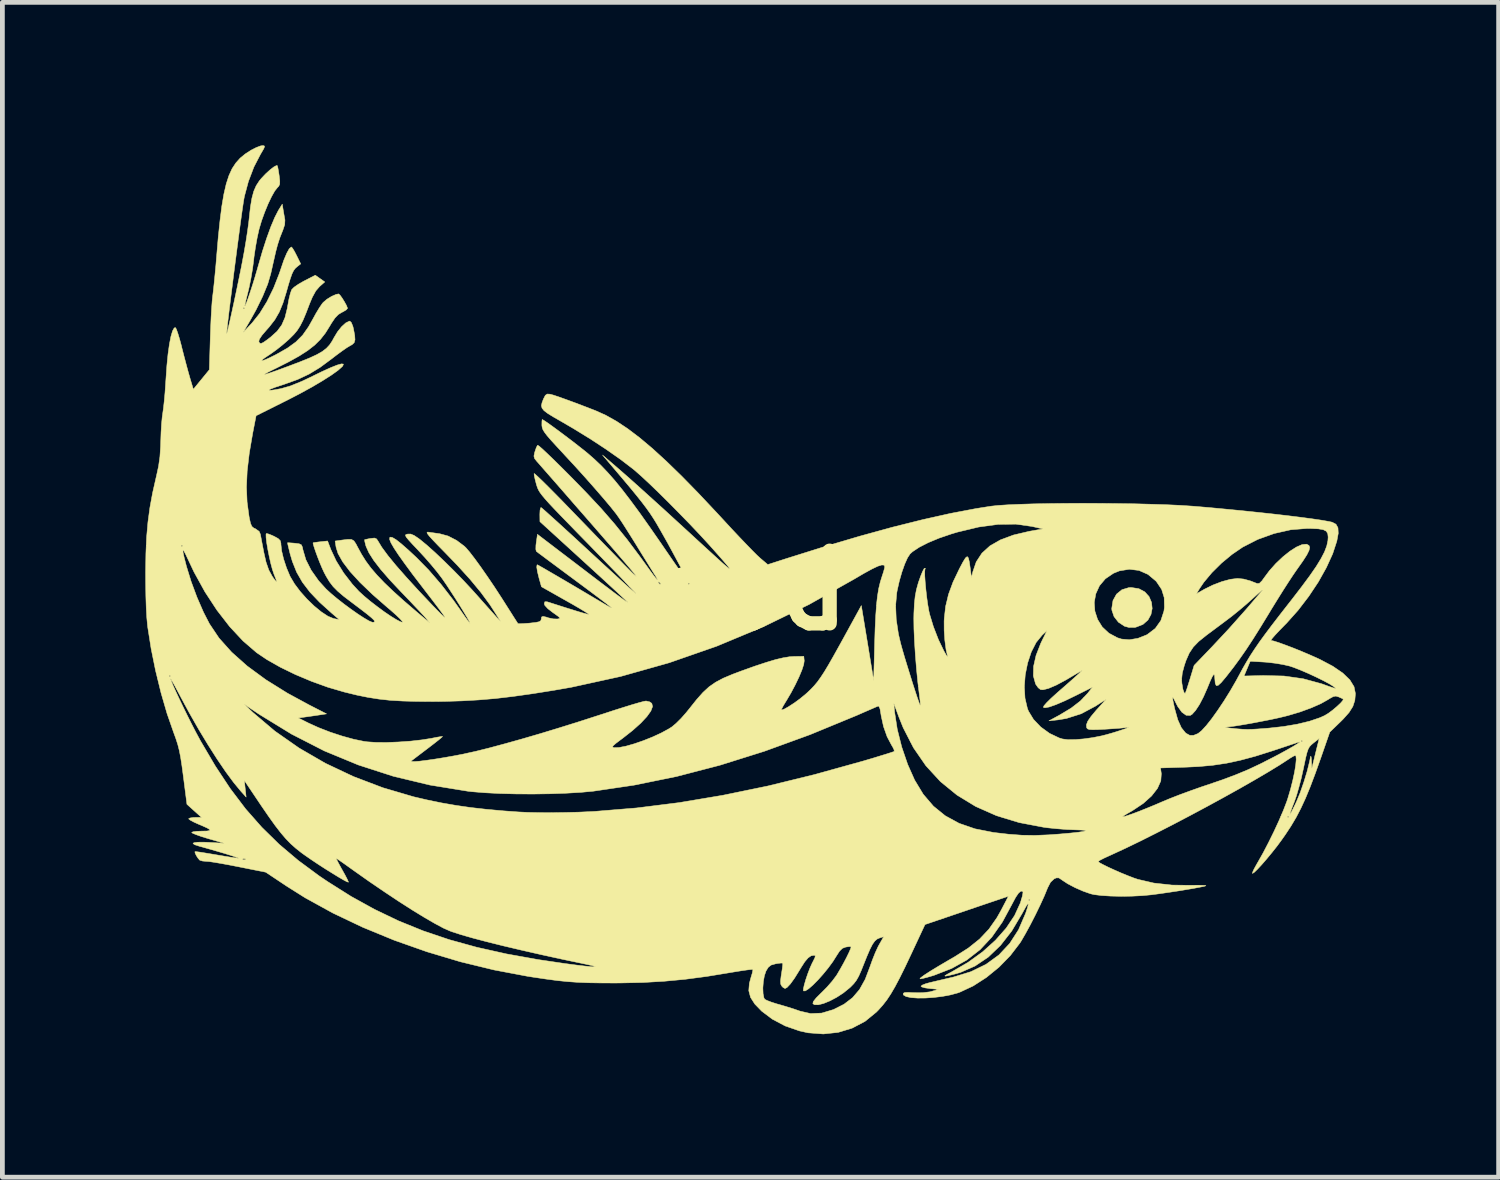
<source format=kicad_pcb>
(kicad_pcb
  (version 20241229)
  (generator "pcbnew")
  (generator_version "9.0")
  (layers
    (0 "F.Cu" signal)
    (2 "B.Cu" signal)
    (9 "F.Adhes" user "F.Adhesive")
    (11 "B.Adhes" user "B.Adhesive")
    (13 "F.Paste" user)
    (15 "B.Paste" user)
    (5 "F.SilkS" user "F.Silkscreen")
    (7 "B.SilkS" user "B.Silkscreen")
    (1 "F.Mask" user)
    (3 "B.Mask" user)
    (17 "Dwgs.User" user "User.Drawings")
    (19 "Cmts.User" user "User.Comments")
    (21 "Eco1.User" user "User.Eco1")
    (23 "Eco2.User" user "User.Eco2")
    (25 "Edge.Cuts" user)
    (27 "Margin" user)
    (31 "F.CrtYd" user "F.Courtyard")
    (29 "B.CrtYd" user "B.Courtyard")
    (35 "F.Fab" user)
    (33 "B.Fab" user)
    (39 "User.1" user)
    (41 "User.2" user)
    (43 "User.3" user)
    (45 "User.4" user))
  (footprint "cod"
    (layer "F.Cu")
    (at 12.687 9.339)
    (property "Reference" "cod" (at 0 0 0) (layer "F.SilkS") (effects (font (size 1.524 1.524) (thickness 0.3))))
    (attr through_hole)
    (fp_poly (pts (xy 8.157 -0.038) (xy 8.282 0.029) (xy 8.371 0.128) (xy 8.422 0.248) (xy 8.436 0.377) (xy 8.411 0.504) (xy 8.347 0.62) (xy 8.242 0.712) (xy 8.096 0.769) (xy 8.065 0.775) (xy 7.945 0.774) (xy 7.857 0.75) (xy 7.728 0.665) (xy 7.636 0.547) (xy 7.591 0.414) (xy 7.588 0.377) (xy 7.614 0.21) (xy 7.688 0.076) (xy 7.802 -0.017) (xy 7.948 -0.061) (xy 7.997 -0.063) (xy 8.157 -0.038)) (stroke (width 0.01) (type solid)) (fill yes) (layer "F.SilkS"))
    (fp_poly (pts (xy -10.197 -9.331) (xy -10.186 -9.315) (xy -10.202 -9.272) (xy -10.249 -9.191) (xy -10.272 -9.152) (xy -10.41 -8.886) (xy -10.525 -8.584) (xy -10.608 -8.274) (xy -10.618 -8.222) (xy -10.631 -8.144) (xy -10.65 -8.016) (xy -10.674 -7.845) (xy -10.702 -7.64) (xy -10.733 -7.408) (xy -10.766 -7.158) (xy -10.8 -6.897) (xy -10.834 -6.634) (xy -10.866 -6.376) (xy -10.897 -6.132) (xy -10.925 -5.909) (xy -10.948 -5.716) (xy -10.966 -5.559) (xy -10.978 -5.448) (xy -10.983 -5.391) (xy -10.983 -5.386) (xy -10.976 -5.4) (xy -10.958 -5.468) (xy -10.931 -5.582) (xy -10.896 -5.734) (xy -10.856 -5.916) (xy -10.855 -5.921) (xy -10.636 -5.921) (xy -10.62 -5.905) (xy -10.604 -5.921) (xy -10.62 -5.937) (xy -10.636 -5.921) (xy -10.855 -5.921) (xy -10.812 -6.12) (xy -10.766 -6.338) (xy -10.72 -6.561) (xy -10.675 -6.782) (xy -10.654 -6.89) (xy -10.614 -7.104) (xy -10.576 -7.329) (xy -10.543 -7.545) (xy -10.518 -7.73) (xy -10.509 -7.811) (xy -10.483 -8.047) (xy -10.452 -8.231) (xy -10.413 -8.376) (xy -10.362 -8.493) (xy -10.296 -8.595) (xy -10.254 -8.646) (xy -10.163 -8.742) (xy -10.072 -8.825) (xy -9.993 -8.886) (xy -9.937 -8.916) (xy -9.92 -8.915) (xy -9.909 -8.879) (xy -9.894 -8.798) (xy -9.88 -8.705) (xy -9.867 -8.594) (xy -9.869 -8.526) (xy -9.888 -8.483) (xy -9.916 -8.454) (xy -9.973 -8.382) (xy -10.04 -8.263) (xy -10.113 -8.11) (xy -10.184 -7.937) (xy -10.249 -7.758) (xy -10.3 -7.586) (xy -10.304 -7.571) (xy -10.342 -7.399) (xy -10.378 -7.197) (xy -10.407 -7.002) (xy -10.414 -6.937) (xy -10.438 -6.751) (xy -10.473 -6.545) (xy -10.512 -6.354) (xy -10.526 -6.295) (xy -10.559 -6.163) (xy -10.585 -6.056) (xy -10.6 -5.987) (xy -10.603 -5.97) (xy -10.592 -5.976) (xy -10.567 -6.034) (xy -10.531 -6.132) (xy -10.487 -6.262) (xy -10.438 -6.412) (xy -10.388 -6.574) (xy -10.34 -6.738) (xy -10.315 -6.826) (xy -10.23 -7.12) (xy -10.142 -7.391) (xy -10.055 -7.631) (xy -9.972 -7.828) (xy -9.897 -7.974) (xy -9.892 -7.982) (xy -9.815 -8.106) (xy -9.795 -7.982) (xy -9.777 -7.875) (xy -9.76 -7.78) (xy -9.759 -7.771) (xy -9.764 -7.675) (xy -9.807 -7.547) (xy -9.82 -7.517) (xy -9.867 -7.398) (xy -9.915 -7.249) (xy -9.951 -7.112) (xy -9.987 -6.954) (xy -10.026 -6.782) (xy -10.055 -6.652) (xy -10.12 -6.43) (xy -10.226 -6.172) (xy -10.366 -5.886) (xy -10.488 -5.667) (xy -10.637 -5.413) (xy -10.448 -5.614) (xy -10.29 -5.812) (xy -10.137 -6.06) (xy -9.997 -6.345) (xy -9.876 -6.653) (xy -9.847 -6.739) (xy -9.781 -6.933) (xy -9.72 -7.078) (xy -9.668 -7.171) (xy -9.626 -7.207) (xy -9.623 -7.207) (xy -9.599 -7.181) (xy -9.558 -7.113) (xy -9.515 -7.03) (xy -9.428 -6.853) (xy -9.504 -6.793) (xy -9.545 -6.756) (xy -9.579 -6.709) (xy -9.611 -6.643) (xy -9.646 -6.544) (xy -9.689 -6.404) (xy -9.729 -6.262) (xy -9.801 -6.029) (xy -9.878 -5.842) (xy -9.971 -5.681) (xy -10.089 -5.529) (xy -10.147 -5.464) (xy -10.242 -5.353) (xy -10.297 -5.27) (xy -10.307 -5.223) (xy -10.289 -5.189) (xy -10.26 -5.182) (xy -10.212 -5.204) (xy -10.132 -5.26) (xy -10.057 -5.318) (xy -9.923 -5.439) (xy -9.826 -5.57) (xy -9.758 -5.726) (xy -9.709 -5.923) (xy -9.698 -5.987) (xy -9.674 -6.118) (xy -9.646 -6.231) (xy -9.62 -6.306) (xy -9.614 -6.316) (xy -9.567 -6.363) (xy -9.479 -6.424) (xy -9.369 -6.488) (xy -9.347 -6.499) (xy -9.122 -6.615) (xy -9.023 -6.545) (xy -8.923 -6.474) (xy -9.032 -6.378) (xy -9.111 -6.287) (xy -9.184 -6.154) (xy -9.239 -6.023) (xy -9.316 -5.822) (xy -9.38 -5.669) (xy -9.44 -5.552) (xy -9.501 -5.457) (xy -9.572 -5.372) (xy -9.659 -5.285) (xy -9.687 -5.259) (xy -9.809 -5.153) (xy -9.94 -5.049) (xy -10.056 -4.966) (xy -10.075 -4.953) (xy -10.185 -4.88) (xy -10.241 -4.836) (xy -10.244 -4.82) (xy -10.198 -4.832) (xy -10.104 -4.872) (xy -9.966 -4.94) (xy -9.93 -4.959) (xy -9.706 -5.086) (xy -9.529 -5.215) (xy -9.387 -5.358) (xy -9.265 -5.531) (xy -9.179 -5.684) (xy -9.108 -5.813) (xy -9.037 -5.931) (xy -8.977 -6.019) (xy -8.957 -6.043) (xy -8.879 -6.11) (xy -8.78 -6.171) (xy -8.686 -6.212) (xy -8.633 -6.223) (xy -8.604 -6.198) (xy -8.559 -6.136) (xy -8.51 -6.057) (xy -8.468 -5.98) (xy -8.447 -5.926) (xy -8.446 -5.919) (xy -8.473 -5.888) (xy -8.539 -5.848) (xy -8.567 -5.835) (xy -8.641 -5.789) (xy -8.709 -5.718) (xy -8.783 -5.608) (xy -8.818 -5.549) (xy -8.911 -5.4) (xy -9.014 -5.269) (xy -9.135 -5.149) (xy -9.281 -5.035) (xy -9.463 -4.918) (xy -9.687 -4.794) (xy -9.962 -4.655) (xy -9.982 -4.646) (xy -10.101 -4.587) (xy -10.171 -4.549) (xy -10.191 -4.532) (xy -10.159 -4.538) (xy -10.074 -4.565) (xy -9.933 -4.614) (xy -9.736 -4.687) (xy -9.684 -4.706) (xy -9.436 -4.8) (xy -9.241 -4.879) (xy -9.09 -4.949) (xy -8.976 -5.014) (xy -8.889 -5.081) (xy -8.822 -5.153) (xy -8.766 -5.237) (xy -8.732 -5.301) (xy -8.656 -5.427) (xy -8.57 -5.535) (xy -8.483 -5.614) (xy -8.41 -5.65) (xy -8.398 -5.652) (xy -8.366 -5.622) (xy -8.334 -5.543) (xy -8.321 -5.491) (xy -8.295 -5.352) (xy -8.289 -5.259) (xy -8.307 -5.199) (xy -8.351 -5.158) (xy -8.39 -5.137) (xy -8.457 -5.097) (xy -8.558 -5.027) (xy -8.679 -4.938) (xy -8.779 -4.861) (xy -9.022 -4.681) (xy -9.252 -4.541) (xy -9.494 -4.427) (xy -9.772 -4.327) (xy -9.808 -4.315) (xy -9.964 -4.264) (xy -10.06 -4.227) (xy -10.095 -4.205) (xy -10.07 -4.199) (xy -9.985 -4.209) (xy -9.839 -4.236) (xy -9.839 -4.236) (xy -9.643 -4.292) (xy -9.404 -4.389) (xy -9.223 -4.475) (xy -8.99 -4.589) (xy -8.803 -4.674) (xy -8.663 -4.73) (xy -8.572 -4.755) (xy -8.532 -4.75) (xy -8.545 -4.713) (xy -8.559 -4.696) (xy -8.648 -4.617) (xy -8.788 -4.517) (xy -8.972 -4.4) (xy -9.192 -4.27) (xy -9.443 -4.132) (xy -9.717 -3.99) (xy -9.76 -3.969) (xy -10.364 -3.667) (xy -10.435 -3.302) (xy -10.507 -2.882) (xy -10.551 -2.508) (xy -10.566 -2.17) (xy -10.553 -1.858) (xy -10.513 -1.56) (xy -10.505 -1.515) (xy -10.48 -1.406) (xy -10.452 -1.343) (xy -10.411 -1.309) (xy -10.379 -1.296) (xy -10.3 -1.24) (xy -10.274 -1.18) (xy -10.261 -1.111) (xy -10.24 -0.999) (xy -10.214 -0.865) (xy -10.204 -0.81) (xy -10.156 -0.597) (xy -10.098 -0.43) (xy -10.023 -0.293) (xy -9.972 -0.222) (xy -9.942 -0.189) (xy -9.934 -0.193) (xy -9.949 -0.242) (xy -9.989 -0.343) (xy -9.991 -0.349) (xy -10.023 -0.445) (xy -10.057 -0.572) (xy -10.089 -0.716) (xy -10.118 -0.862) (xy -10.141 -0.997) (xy -10.154 -1.107) (xy -10.156 -1.177) (xy -10.151 -1.195) (xy -10.116 -1.19) (xy -10.045 -1.163) (xy -9.989 -1.138) (xy -9.901 -1.09) (xy -9.857 -1.046) (xy -9.843 -0.99) (xy -9.843 -0.969) (xy -9.828 -0.831) (xy -9.787 -0.66) (xy -9.726 -0.475) (xy -9.652 -0.299) (xy -9.648 -0.291) (xy -9.558 -0.139) (xy -9.438 0.021) (xy -9.297 0.179) (xy -9.146 0.325) (xy -8.995 0.449) (xy -8.856 0.54) (xy -8.739 0.588) (xy -8.727 0.591) (xy -8.62 0.61) (xy -8.779 0.474) (xy -9.032 0.246) (xy -9.234 0.034) (xy -9.392 -0.173) (xy -9.513 -0.384) (xy -9.603 -0.609) (xy -9.65 -0.768) (xy -9.677 -0.879) (xy -9.697 -0.962) (xy -9.704 -1.001) (xy -9.704 -1.002) (xy -9.673 -1.001) (xy -9.599 -0.996) (xy -9.551 -0.992) (xy -9.46 -0.98) (xy -9.414 -0.958) (xy -9.392 -0.909) (xy -9.382 -0.856) (xy -9.32 -0.646) (xy -9.208 -0.425) (xy -9.052 -0.204) (xy -8.897 -0.033) (xy -8.794 0.062) (xy -8.666 0.169) (xy -8.522 0.282) (xy -8.373 0.392) (xy -8.229 0.493) (xy -8.1 0.577) (xy -7.997 0.637) (xy -7.93 0.665) (xy -7.92 0.667) (xy -7.886 0.663) (xy -7.875 0.649) (xy -7.893 0.619) (xy -7.943 0.571) (xy -8.031 0.498) (xy -8.161 0.398) (xy -8.337 0.265) (xy -8.354 0.252) (xy -8.524 0.123) (xy -8.651 0.015) (xy -8.748 -0.083) (xy -8.825 -0.184) (xy -8.895 -0.3) (xy -8.938 -0.381) (xy -8.98 -0.472) (xy -9.028 -0.586) (xy -9.076 -0.709) (xy -9.119 -0.827) (xy -9.151 -0.924) (xy -9.168 -0.986) (xy -9.168 -1.001) (xy -9.134 -1.008) (xy -9.059 -1.018) (xy -9.012 -1.023) (xy -8.864 -1.039) (xy -8.796 -0.861) (xy -8.683 -0.62) (xy -8.528 -0.37) (xy -8.345 -0.133) (xy -8.206 0.018) (xy -8.098 0.117) (xy -7.966 0.227) (xy -7.822 0.338) (xy -7.677 0.445) (xy -7.54 0.538) (xy -7.422 0.611) (xy -7.334 0.656) (xy -7.294 0.667) (xy -7.296 0.648) (xy -7.343 0.595) (xy -7.427 0.514) (xy -7.544 0.41) (xy -7.612 0.353) (xy -7.924 0.08) (xy -8.184 -0.17) (xy -8.392 -0.397) (xy -8.546 -0.6) (xy -8.645 -0.776) (xy -8.686 -0.908) (xy -8.706 -1.038) (xy -8.555 -1.059) (xy -8.436 -1.073) (xy -8.362 -1.071) (xy -8.312 -1.042) (xy -8.27 -0.98) (xy -8.235 -0.913) (xy -8.153 -0.762) (xy -8.062 -0.617) (xy -7.955 -0.472) (xy -7.827 -0.323) (xy -7.674 -0.163) (xy -7.489 0.014) (xy -7.268 0.213) (xy -7.004 0.44) (xy -6.795 0.616) (xy -6.715 0.683) (xy -6.795 0.587) (xy -6.841 0.535) (xy -6.923 0.447) (xy -7.034 0.33) (xy -7.163 0.194) (xy -7.304 0.047) (xy -7.319 0.032) (xy -7.559 -0.223) (xy -7.75 -0.443) (xy -7.895 -0.631) (xy -7.996 -0.79) (xy -8.056 -0.923) (xy -8.063 -0.945) (xy -8.082 -1.021) (xy -8.088 -1.063) (xy -8.087 -1.066) (xy -8.055 -1.074) (xy -7.983 -1.089) (xy -7.963 -1.092) (xy -7.881 -1.101) (xy -7.836 -1.082) (xy -7.808 -1.041) (xy -7.727 -0.907) (xy -7.601 -0.736) (xy -7.431 -0.528) (xy -7.214 -0.281) (xy -6.952 0.006) (xy -6.672 0.302) (xy -6.559 0.419) (xy -6.476 0.503) (xy -6.423 0.553) (xy -6.403 0.566) (xy -6.415 0.54) (xy -6.461 0.474) (xy -6.542 0.364) (xy -6.66 0.209) (xy -6.815 0.007) (xy -6.867 -0.061) (xy -7.076 -0.334) (xy -7.244 -0.562) (xy -7.376 -0.747) (xy -7.471 -0.891) (xy -7.533 -0.998) (xy -7.562 -1.07) (xy -7.56 -1.111) (xy -7.548 -1.12) (xy -7.504 -1.112) (xy -7.428 -1.067) (xy -7.319 -0.981) (xy -7.173 -0.853) (xy -6.998 -0.69) (xy -6.742 -0.429) (xy -6.48 -0.125) (xy -6.223 0.207) (xy -6.067 0.427) (xy -5.989 0.539) (xy -5.926 0.626) (xy -5.886 0.679) (xy -5.874 0.689) (xy -5.89 0.65) (xy -5.935 0.569) (xy -6.003 0.456) (xy -6.086 0.321) (xy -6.178 0.175) (xy -6.273 0.028) (xy -6.364 -0.111) (xy -6.445 -0.229) (xy -6.472 -0.267) (xy -6.565 -0.389) (xy -6.688 -0.538) (xy -6.824 -0.694) (xy -6.958 -0.839) (xy -6.961 -0.843) (xy -7.082 -0.97) (xy -7.164 -1.06) (xy -7.212 -1.118) (xy -7.23 -1.153) (xy -7.224 -1.172) (xy -7.197 -1.181) (xy -7.183 -1.184) (xy -7.121 -1.185) (xy -7.05 -1.156) (xy -6.953 -1.091) (xy -6.924 -1.069) (xy -6.783 -0.953) (xy -6.612 -0.8) (xy -6.42 -0.618) (xy -6.219 -0.42) (xy -6.018 -0.214) (xy -5.829 -0.011) (xy -5.741 0.087) (xy -5.62 0.223) (xy -5.507 0.35) (xy -5.411 0.457) (xy -5.343 0.533) (xy -5.324 0.554) (xy -5.234 0.651) (xy -5.292 0.556) (xy -5.457 0.299) (xy -5.649 0.038) (xy -5.875 -0.235) (xy -6.141 -0.528) (xy -6.406 -0.802) (xy -6.554 -0.953) (xy -6.661 -1.065) (xy -6.732 -1.143) (xy -6.769 -1.192) (xy -6.779 -1.218) (xy -6.764 -1.226) (xy -6.745 -1.224) (xy -6.653 -1.211) (xy -6.539 -1.195) (xy -6.511 -1.191) (xy -6.336 -1.143) (xy -6.157 -1.051) (xy -5.995 -0.929) (xy -5.959 -0.894) (xy -5.882 -0.804) (xy -5.778 -0.669) (xy -5.653 -0.497) (xy -5.513 -0.296) (xy -5.364 -0.076) (xy -5.213 0.156) (xy -5.121 0.301) (xy -5.034 0.438) (xy -4.96 0.555) (xy -4.904 0.642) (xy -4.874 0.689) (xy -4.87 0.694) (xy -4.836 0.697) (xy -4.756 0.694) (xy -4.644 0.686) (xy -4.621 0.684) (xy -4.498 0.67) (xy -4.425 0.655) (xy -4.391 0.634) (xy -4.382 0.603) (xy -4.381 0.601) (xy -4.375 0.556) (xy -4.344 0.543) (xy -4.276 0.558) (xy -4.23 0.574) (xy -4.13 0.595) (xy -4.044 0.598) (xy -4.001 0.59) (xy -3.991 0.576) (xy -4.021 0.546) (xy -4.095 0.492) (xy -4.137 0.463) (xy -4.244 0.38) (xy -4.306 0.312) (xy -4.318 0.278) (xy -4.306 0.236) (xy -4.258 0.237) (xy -4.247 0.24) (xy -4.19 0.258) (xy -4.087 0.291) (xy -3.952 0.334) (xy -3.798 0.383) (xy -3.783 0.387) (xy -3.636 0.433) (xy -3.512 0.47) (xy -3.424 0.494) (xy -3.382 0.502) (xy -3.38 0.501) (xy -3.403 0.483) (xy -3.472 0.439) (xy -3.58 0.374) (xy -3.719 0.293) (xy -3.873 0.206) (xy -4.377 -0.079) (xy -4.427 -0.256) (xy -4.461 -0.394) (xy -4.476 -0.49) (xy -4.47 -0.536) (xy -4.463 -0.54) (xy -4.433 -0.524) (xy -4.351 -0.478) (xy -4.222 -0.403) (xy -4.05 -0.303) (xy -3.838 -0.179) (xy -3.59 -0.033) (xy -3.31 0.133) (xy -3.001 0.316) (xy -2.985 0.325) (xy -2.933 0.355) (xy -2.908 0.367) (xy -2.911 0.358) (xy -2.947 0.328) (xy -3.019 0.271) (xy -3.129 0.188) (xy -3.281 0.074) (xy -3.478 -0.073) (xy -3.699 -0.237) (xy -3.892 -0.38) (xy -4.068 -0.511) (xy -4.222 -0.625) (xy -4.346 -0.718) (xy -4.435 -0.784) (xy -4.481 -0.82) (xy -4.485 -0.823) (xy -4.495 -0.865) (xy -4.493 -0.948) (xy -4.485 -1.012) (xy -4.461 -1.179) (xy -3.953 -0.791) (xy -3.644 -0.556) (xy -3.382 -0.356) (xy -3.164 -0.19) (xy -2.986 -0.056) (xy -2.845 0.051) (xy -2.737 0.131) (xy -2.659 0.189) (xy -2.608 0.225) (xy -2.58 0.243) (xy -2.571 0.245) (xy -2.578 0.236) (xy -2.614 0.201) (xy -2.69 0.129) (xy -2.803 0.024) (xy -2.946 -0.108) (xy -3.113 -0.262) (xy -3.301 -0.434) (xy -3.501 -0.617) (xy -3.521 -0.635) (xy -4.409 -1.445) (xy -4.411 -1.598) (xy -4.407 -1.684) (xy -4.394 -1.735) (xy -4.384 -1.741) (xy -4.355 -1.718) (xy -4.284 -1.656) (xy -4.178 -1.56) (xy -4.04 -1.436) (xy -3.876 -1.286) (xy -3.691 -1.117) (xy -3.491 -0.932) (xy -3.427 -0.873) (xy -3.22 -0.682) (xy -3.023 -0.501) (xy -2.844 -0.337) (xy -2.687 -0.193) (xy -2.558 -0.077) (xy -2.463 0.009) (xy -2.408 0.057) (xy -2.401 0.063) (xy -2.402 0.057) (xy -2.445 0.009) (xy -2.524 -0.076) (xy -2.534 -0.086) (xy -1.868 -0.086) (xy -1.86 -0.068) (xy -1.828 -0.034) (xy -1.81 -0.041) (xy -1.81 -0.046) (xy -1.832 -0.073) (xy -1.846 -0.082) (xy -1.868 -0.086) (xy -2.534 -0.086) (xy -2.624 -0.181) (xy -1.932 -0.181) (xy -1.924 -0.164) (xy -1.892 -0.13) (xy -1.874 -0.137) (xy -1.873 -0.141) (xy -1.875 -0.143) (xy -1.302 -0.143) (xy -1.286 -0.127) (xy -1.27 -0.143) (xy -1.286 -0.159) (xy -1.302 -0.143) (xy -1.875 -0.143) (xy -1.896 -0.168) (xy -1.91 -0.178) (xy -1.932 -0.181) (xy -2.624 -0.181) (xy -2.636 -0.194) (xy -2.777 -0.341) (xy -2.945 -0.514) (xy -3.134 -0.709) (xy -3.34 -0.921) (xy -3.365 -0.947) (xy -3.61 -1.197) (xy -3.814 -1.407) (xy -3.982 -1.58) (xy -4.117 -1.721) (xy -4.223 -1.834) (xy -4.304 -1.925) (xy -4.364 -1.997) (xy -4.407 -2.055) (xy -4.437 -2.104) (xy -4.457 -2.147) (xy -4.472 -2.19) (xy -4.485 -2.232) (xy -4.512 -2.337) (xy -4.529 -2.418) (xy -4.531 -2.455) (xy -4.508 -2.439) (xy -4.447 -2.384) (xy -4.352 -2.293) (xy -4.23 -2.172) (xy -4.086 -2.027) (xy -3.925 -1.863) (xy -3.868 -1.804) (xy -3.539 -1.464) (xy -3.254 -1.169) (xy -3.011 -0.919) (xy -2.809 -0.712) (xy -2.648 -0.547) (xy -2.526 -0.424) (xy -2.443 -0.343) (xy -2.397 -0.302) (xy -2.389 -0.301) (xy -2.416 -0.339) (xy -2.479 -0.416) (xy -2.575 -0.529) (xy -2.705 -0.68) (xy -2.866 -0.867) (xy -3.059 -1.089) (xy -3.258 -1.318) (xy -3.474 -1.566) (xy -3.68 -1.801) (xy -3.87 -2.02) (xy -4.042 -2.217) (xy -4.191 -2.387) (xy -4.313 -2.526) (xy -4.403 -2.629) (xy -4.458 -2.692) (xy -4.471 -2.706) (xy -4.52 -2.767) (xy -4.535 -2.82) (xy -4.52 -2.895) (xy -4.512 -2.92) (xy -4.485 -2.999) (xy -4.461 -3.044) (xy -4.455 -3.048) (xy -4.422 -3.026) (xy -4.351 -2.964) (xy -4.247 -2.866) (xy -4.115 -2.739) (xy -3.962 -2.588) (xy -3.793 -2.419) (xy -3.613 -2.236) (xy -3.428 -2.045) (xy -3.423 -2.04) (xy -3.12 -1.716) (xy -2.844 -1.398) (xy -2.578 -1.068) (xy -2.307 -0.707) (xy -2.192 -0.548) (xy -2.103 -0.424) (xy -2.028 -0.323) (xy -1.973 -0.252) (xy -1.946 -0.223) (xy -1.945 -0.222) (xy -1.95 -0.245) (xy -1.981 -0.301) (xy -1.987 -0.31) (xy -2.021 -0.363) (xy -2.082 -0.461) (xy -2.164 -0.593) (xy -2.261 -0.749) (xy -2.366 -0.92) (xy -2.376 -0.937) (xy -2.485 -1.112) (xy -2.589 -1.277) (xy -2.681 -1.421) (xy -2.755 -1.532) (xy -2.804 -1.601) (xy -2.805 -1.603) (xy -2.92 -1.748) (xy -3.072 -1.929) (xy -3.254 -2.139) (xy -3.457 -2.369) (xy -3.675 -2.61) (xy -3.901 -2.854) (xy -3.905 -2.859) (xy -4.059 -3.025) (xy -4.175 -3.152) (xy -4.258 -3.248) (xy -4.313 -3.32) (xy -4.346 -3.375) (xy -4.362 -3.421) (xy -4.368 -3.464) (xy -4.368 -3.47) (xy -4.367 -3.546) (xy -4.362 -3.586) (xy -4.36 -3.588) (xy -4.326 -3.569) (xy -4.251 -3.519) (xy -4.145 -3.443) (xy -4.018 -3.35) (xy -3.878 -3.245) (xy -3.735 -3.137) (xy -3.599 -3.031) (xy -3.478 -2.936) (xy -3.408 -2.879) (xy -3.265 -2.754) (xy -3.125 -2.621) (xy -2.984 -2.473) (xy -2.837 -2.306) (xy -2.68 -2.113) (xy -2.509 -1.89) (xy -2.318 -1.631) (xy -2.105 -1.33) (xy -1.864 -0.983) (xy -1.778 -0.857) (xy -1.657 -0.681) (xy -1.547 -0.522) (xy -1.453 -0.387) (xy -1.38 -0.284) (xy -1.335 -0.222) (xy -1.323 -0.206) (xy -1.322 -0.216) (xy -1.347 -0.274) (xy -1.395 -0.371) (xy -1.461 -0.499) (xy -1.542 -0.65) (xy -1.632 -0.817) (xy -1.727 -0.992) (xy -1.825 -1.166) (xy -1.896 -1.291) (xy -1.964 -1.409) (xy -2.03 -1.516) (xy -2.099 -1.621) (xy -2.176 -1.729) (xy -2.266 -1.848) (xy -2.374 -1.984) (xy -2.506 -2.145) (xy -2.667 -2.337) (xy -2.862 -2.567) (xy -2.953 -2.674) (xy -3.096 -2.842) (xy -2.891 -2.667) (xy -2.728 -2.526) (xy -2.544 -2.365) (xy -2.336 -2.179) (xy -2.099 -1.965) (xy -1.827 -1.719) (xy -1.518 -1.436) (xy -1.269 -1.208) (xy -1.028 -0.986) (xy -0.83 -0.805) (xy -0.675 -0.663) (xy -0.559 -0.559) (xy -0.48 -0.491) (xy -0.436 -0.457) (xy -0.425 -0.454) (xy -0.443 -0.482) (xy -0.489 -0.538) (xy -0.559 -0.62) (xy -0.653 -0.728) (xy -0.683 -0.762) (xy -0.856 -0.956) (xy -1.052 -1.169) (xy -1.264 -1.393) (xy -1.485 -1.62) (xy -1.704 -1.842) (xy -1.916 -2.052) (xy -2.112 -2.241) (xy -2.284 -2.401) (xy -2.424 -2.524) (xy -2.461 -2.554) (xy -2.717 -2.75) (xy -3.018 -2.961) (xy -3.35 -3.179) (xy -3.701 -3.395) (xy -3.951 -3.541) (xy -4.122 -3.639) (xy -4.244 -3.714) (xy -4.323 -3.774) (xy -4.365 -3.826) (xy -4.378 -3.879) (xy -4.365 -3.94) (xy -4.336 -4.017) (xy -4.334 -4.021) (xy -4.296 -4.095) (xy -4.256 -4.122) (xy -4.199 -4.119) (xy -4.131 -4.101) (xy -4.013 -4.062) (xy -3.854 -4.005) (xy -3.663 -3.935) (xy -3.448 -3.853) (xy -3.239 -3.772) (xy -3.026 -3.676) (xy -2.803 -3.551) (xy -2.568 -3.395) (xy -2.317 -3.205) (xy -2.046 -2.977) (xy -1.753 -2.709) (xy -1.434 -2.399) (xy -1.086 -2.043) (xy -0.706 -1.639) (xy -0.555 -1.476) (xy -0.389 -1.296) (xy -0.228 -1.125) (xy -0.08 -0.97) (xy 0.047 -0.839) (xy 0.147 -0.739) (xy 0.212 -0.679) (xy 0.214 -0.677) (xy 0.371 -0.544) (xy 0.765 -0.671) (xy 1.559 -0.92) (xy 2.299 -1.139) (xy 2.986 -1.328) (xy 3.622 -1.487) (xy 4.208 -1.618) (xy 4.746 -1.72) (xy 5.057 -1.769) (xy 5.206 -1.785) (xy 5.409 -1.798) (xy 5.661 -1.809) (xy 5.951 -1.818) (xy 6.273 -1.824) (xy 6.618 -1.828) (xy 6.979 -1.829) (xy 7.347 -1.828) (xy 7.714 -1.824) (xy 8.073 -1.819) (xy 8.415 -1.81) (xy 8.732 -1.8) (xy 9.016 -1.787) (xy 9.26 -1.771) (xy 9.303 -1.768) (xy 9.634 -1.74) (xy 9.974 -1.708) (xy 10.316 -1.675) (xy 10.652 -1.64) (xy 10.976 -1.605) (xy 11.278 -1.57) (xy 11.553 -1.536) (xy 11.793 -1.504) (xy 11.99 -1.475) (xy 12.137 -1.449) (xy 12.212 -1.433) (xy 12.292 -1.391) (xy 12.334 -1.316) (xy 12.34 -1.199) (xy 12.31 -1.036) (xy 12.223 -0.77) (xy 12.091 -0.481) (xy 11.922 -0.179) (xy 11.721 0.123) (xy 11.498 0.414) (xy 11.258 0.683) (xy 11.219 0.722) (xy 11.107 0.837) (xy 11.016 0.934) (xy 10.954 1.005) (xy 10.928 1.043) (xy 10.929 1.048) (xy 10.987 1.06) (xy 11.091 1.093) (xy 11.229 1.143) (xy 11.39 1.204) (xy 11.561 1.273) (xy 11.731 1.345) (xy 11.887 1.414) (xy 11.954 1.445) (xy 12.226 1.589) (xy 12.435 1.732) (xy 12.583 1.875) (xy 12.671 2.018) (xy 12.7 2.162) (xy 12.688 2.305) (xy 12.646 2.433) (xy 12.566 2.56) (xy 12.442 2.699) (xy 12.393 2.748) (xy 12.162 2.971) (xy 11.975 3.51) (xy 11.857 3.841) (xy 11.751 4.121) (xy 11.652 4.361) (xy 11.555 4.571) (xy 11.456 4.761) (xy 11.348 4.943) (xy 11.228 5.125) (xy 11.151 5.234) (xy 11.056 5.363) (xy 10.949 5.498) (xy 10.84 5.63) (xy 10.737 5.749) (xy 10.647 5.846) (xy 10.579 5.912) (xy 10.541 5.937) (xy 10.541 5.937) (xy 10.543 5.912) (xy 10.573 5.845) (xy 10.626 5.748) (xy 10.659 5.691) (xy 10.765 5.503) (xy 10.878 5.286) (xy 10.992 5.055) (xy 11.098 4.825) (xy 11.131 4.747) (xy 11.271 4.747) (xy 11.287 4.763) (xy 11.303 4.747) (xy 11.287 4.731) (xy 11.271 4.747) (xy 11.131 4.747) (xy 11.154 4.694) (xy 11.325 4.694) (xy 11.325 4.699) (xy 11.344 4.672) (xy 11.381 4.6) (xy 11.433 4.495) (xy 11.466 4.424) (xy 11.542 4.24) (xy 11.618 4.021) (xy 11.687 3.795) (xy 11.739 3.586) (xy 11.757 3.493) (xy 11.766 3.475) (xy 11.774 3.512) (xy 11.778 3.572) (xy 11.786 3.731) (xy 11.84 3.508) (xy 11.871 3.383) (xy 11.899 3.27) (xy 11.918 3.195) (xy 11.941 3.104) (xy 11.82 3.199) (xy 11.773 3.239) (xy 11.737 3.278) (xy 11.709 3.328) (xy 11.684 3.401) (xy 11.657 3.508) (xy 11.625 3.66) (xy 11.607 3.745) (xy 11.565 3.934) (xy 11.515 4.125) (xy 11.465 4.299) (xy 11.418 4.434) (xy 11.413 4.447) (xy 11.369 4.56) (xy 11.338 4.647) (xy 11.325 4.694) (xy 11.154 4.694) (xy 11.189 4.613) (xy 11.258 4.433) (xy 11.281 4.365) (xy 11.339 4.169) (xy 11.387 3.979) (xy 11.424 3.806) (xy 11.448 3.658) (xy 11.458 3.546) (xy 11.453 3.477) (xy 11.437 3.461) (xy 11.398 3.477) (xy 11.329 3.518) (xy 11.298 3.539) (xy 11.107 3.663) (xy 10.866 3.81) (xy 10.585 3.975) (xy 10.272 4.154) (xy 9.934 4.342) (xy 9.582 4.534) (xy 9.221 4.727) (xy 8.863 4.915) (xy 8.513 5.094) (xy 8.182 5.26) (xy 7.876 5.408) (xy 7.606 5.533) (xy 7.549 5.559) (xy 7.437 5.61) (xy 7.352 5.653) (xy 7.306 5.681) (xy 7.303 5.686) (xy 7.33 5.71) (xy 7.404 5.75) (xy 7.513 5.804) (xy 7.644 5.864) (xy 7.785 5.926) (xy 7.925 5.983) (xy 8.049 6.031) (xy 8.135 6.06) (xy 8.471 6.138) (xy 8.849 6.18) (xy 9.231 6.185) (xy 9.37 6.183) (xy 9.479 6.184) (xy 9.547 6.188) (xy 9.563 6.195) (xy 9.525 6.207) (xy 9.434 6.225) (xy 9.303 6.25) (xy 9.143 6.277) (xy 8.965 6.306) (xy 8.78 6.334) (xy 8.6 6.36) (xy 8.434 6.382) (xy 8.43 6.383) (xy 8.229 6.402) (xy 8.008 6.413) (xy 7.782 6.416) (xy 7.565 6.411) (xy 7.372 6.399) (xy 7.218 6.38) (xy 7.144 6.363) (xy 6.985 6.307) (xy 6.819 6.234) (xy 6.666 6.154) (xy 6.55 6.078) (xy 6.541 6.071) (xy 6.478 6.029) (xy 6.425 6.029) (xy 6.379 6.05) (xy 6.304 6.12) (xy 6.241 6.241) (xy 6.24 6.245) (xy 6.175 6.404) (xy 6.087 6.597) (xy 5.985 6.807) (xy 5.878 7.016) (xy 5.774 7.206) (xy 5.684 7.361) (xy 5.66 7.398) (xy 5.46 7.659) (xy 5.222 7.903) (xy 4.957 8.119) (xy 4.68 8.297) (xy 4.404 8.426) (xy 4.357 8.443) (xy 4.206 8.484) (xy 4.035 8.516) (xy 3.855 8.538) (xy 3.678 8.55) (xy 3.514 8.551) (xy 3.376 8.541) (xy 3.274 8.519) (xy 3.219 8.487) (xy 3.214 8.474) (xy 3.217 8.448) (xy 3.246 8.435) (xy 3.314 8.432) (xy 3.433 8.438) (xy 3.436 8.438) (xy 3.617 8.439) (xy 3.772 8.42) (xy 3.81 8.41) (xy 3.953 8.368) (xy 3.77 8.351) (xy 3.671 8.337) (xy 3.604 8.318) (xy 3.585 8.303) (xy 3.612 8.279) (xy 3.685 8.25) (xy 3.768 8.227) (xy 3.882 8.2) (xy 4.034 8.164) (xy 4.196 8.126) (xy 4.27 8.109) (xy 4.634 7.997) (xy 4.95 7.843) (xy 5.22 7.647) (xy 5.447 7.405) (xy 5.633 7.116) (xy 5.778 6.779) (xy 5.783 6.766) (xy 5.823 6.644) (xy 5.838 6.579) (xy 5.827 6.573) (xy 5.792 6.624) (xy 5.731 6.733) (xy 5.706 6.779) (xy 5.49 7.143) (xy 5.254 7.446) (xy 4.998 7.691) (xy 4.719 7.879) (xy 4.418 8.011) (xy 4.298 8.046) (xy 4.168 8.078) (xy 4.098 8.091) (xy 4.086 8.084) (xy 4.129 8.055) (xy 4.226 8.003) (xy 4.235 7.998) (xy 4.574 7.801) (xy 4.881 7.579) (xy 5.149 7.337) (xy 5.374 7.082) (xy 5.549 6.82) (xy 5.67 6.556) (xy 5.689 6.493) (xy 5.842 6.493) (xy 5.858 6.509) (xy 5.874 6.493) (xy 5.858 6.477) (xy 5.842 6.493) (xy 5.689 6.493) (xy 5.712 6.413) (xy 5.726 6.337) (xy 5.717 6.308) (xy 5.682 6.309) (xy 5.678 6.31) (xy 5.632 6.349) (xy 5.571 6.439) (xy 5.499 6.574) (xy 5.494 6.584) (xy 5.293 6.956) (xy 5.072 7.272) (xy 4.825 7.536) (xy 4.546 7.753) (xy 4.23 7.929) (xy 3.871 8.069) (xy 3.845 8.078) (xy 3.725 8.113) (xy 3.629 8.138) (xy 3.572 8.148) (xy 3.564 8.146) (xy 3.582 8.122) (xy 3.654 8.069) (xy 3.779 7.988) (xy 3.955 7.881) (xy 4.181 7.748) (xy 4.292 7.684) (xy 4.58 7.501) (xy 4.816 7.312) (xy 5.011 7.105) (xy 5.177 6.868) (xy 5.259 6.723) (xy 5.324 6.599) (xy 5.376 6.499) (xy 5.409 6.434) (xy 5.418 6.415) (xy 5.388 6.425) (xy 5.305 6.453) (xy 5.178 6.496) (xy 5.012 6.552) (xy 4.817 6.618) (xy 4.6 6.692) (xy 4.542 6.712) (xy 3.67 7.008) (xy 3.382 7.624) (xy 3.251 7.901) (xy 3.139 8.127) (xy 3.041 8.312) (xy 2.953 8.463) (xy 2.869 8.59) (xy 2.784 8.699) (xy 2.694 8.8) (xy 2.649 8.846) (xy 2.411 9.04) (xy 2.141 9.182) (xy 1.848 9.271) (xy 1.537 9.304) (xy 1.217 9.28) (xy 1.037 9.24) (xy 0.737 9.136) (xy 0.466 8.993) (xy 0.243 8.825) (xy 0.099 8.676) (xy 0.01 8.537) (xy -0.027 8.397) (xy -0.023 8.34) (xy 0.268 8.34) (xy 0.273 8.46) (xy 0.291 8.548) (xy 0.308 8.576) (xy 0.355 8.601) (xy 0.446 8.636) (xy 0.565 8.674) (xy 0.61 8.686) (xy 0.759 8.73) (xy 0.91 8.777) (xy 1.034 8.82) (xy 1.048 8.825) (xy 1.27 8.876) (xy 1.503 8.866) (xy 1.746 8.793) (xy 1.748 8.793) (xy 1.971 8.68) (xy 2.15 8.543) (xy 2.296 8.372) (xy 2.415 8.158) (xy 2.511 7.905) (xy 2.566 7.752) (xy 2.627 7.599) (xy 2.685 7.473) (xy 2.706 7.434) (xy 2.803 7.264) (xy 2.727 7.286) (xy 2.669 7.31) (xy 2.618 7.353) (xy 2.568 7.423) (xy 2.514 7.529) (xy 2.449 7.68) (xy 2.397 7.81) (xy 2.332 7.973) (xy 2.279 8.092) (xy 2.23 8.179) (xy 2.176 8.249) (xy 2.109 8.318) (xy 2.083 8.341) (xy 1.956 8.444) (xy 1.816 8.535) (xy 1.674 8.61) (xy 1.542 8.664) (xy 1.43 8.692) (xy 1.349 8.69) (xy 1.317 8.667) (xy 1.327 8.624) (xy 1.387 8.548) (xy 1.495 8.44) (xy 1.502 8.434) (xy 1.615 8.32) (xy 1.723 8.196) (xy 1.807 8.084) (xy 1.82 8.065) (xy 1.89 7.946) (xy 1.961 7.819) (xy 2.026 7.695) (xy 2.078 7.588) (xy 2.111 7.51) (xy 2.119 7.474) (xy 2.119 7.474) (xy 2.082 7.47) (xy 2.011 7.48) (xy 2.006 7.481) (xy 1.937 7.507) (xy 1.877 7.566) (xy 1.814 7.663) (xy 1.736 7.787) (xy 1.639 7.919) (xy 1.532 8.05) (xy 1.423 8.172) (xy 1.319 8.277) (xy 1.228 8.356) (xy 1.159 8.4) (xy 1.12 8.401) (xy 1.118 8.361) (xy 1.136 8.278) (xy 1.168 8.166) (xy 1.21 8.042) (xy 1.257 7.919) (xy 1.304 7.815) (xy 1.319 7.787) (xy 1.36 7.704) (xy 1.368 7.663) (xy 1.346 7.652) (xy 1.345 7.652) (xy 1.28 7.664) (xy 1.217 7.708) (xy 1.147 7.79) (xy 1.063 7.921) (xy 1.04 7.96) (xy 0.934 8.131) (xy 0.844 8.256) (xy 0.774 8.33) (xy 0.733 8.35) (xy 0.693 8.329) (xy 0.665 8.3) (xy 0.643 8.259) (xy 0.639 8.194) (xy 0.651 8.091) (xy 0.659 8.039) (xy 0.676 7.931) (xy 0.685 7.852) (xy 0.684 7.817) (xy 0.684 7.817) (xy 0.649 7.816) (xy 0.573 7.825) (xy 0.535 7.832) (xy 0.44 7.859) (xy 0.381 7.906) (xy 0.333 7.986) (xy 0.3 8.084) (xy 0.278 8.208) (xy 0.268 8.34) (xy -0.023 8.34) (xy -0.015 8.242) (xy 0.019 8.116) (xy 0.046 8.027) (xy 0.058 7.966) (xy 0.056 7.951) (xy 0.021 7.951) (xy -0.065 7.961) (xy -0.19 7.979) (xy -0.344 8.004) (xy -0.416 8.016) (xy -0.909 8.097) (xy -1.364 8.157) (xy -1.802 8.198) (xy -2.244 8.224) (xy -2.712 8.234) (xy -2.826 8.235) (xy -3.128 8.234) (xy -3.384 8.23) (xy -3.611 8.221) (xy -3.825 8.206) (xy -4.042 8.184) (xy -4.282 8.152) (xy -4.559 8.111) (xy -4.667 8.094) (xy -5.371 7.961) (xy -6.079 7.789) (xy -6.781 7.579) (xy -7.467 7.337) (xy -8.128 7.065) (xy -8.754 6.767) (xy -9.335 6.447) (xy -9.724 6.202) (xy -10.162 5.91) (xy -10.728 5.797) (xy -10.917 5.76) (xy -11.092 5.728) (xy -11.24 5.703) (xy -11.349 5.687) (xy -11.402 5.683) (xy -11.486 5.676) (xy -11.542 5.66) (xy -11.544 5.659) (xy -11.558 5.644) (xy -10.654 5.644) (xy -10.623 5.649) (xy -10.582 5.643) (xy -10.581 5.632) (xy -10.624 5.625) (xy -10.642 5.63) (xy -10.654 5.644) (xy -11.558 5.644) (xy -11.58 5.62) (xy -11.619 5.56) (xy -11.645 5.504) (xy -11.647 5.478) (xy -11.614 5.48) (xy -11.529 5.491) (xy -11.406 5.511) (xy -11.255 5.536) (xy -11.208 5.544) (xy -11.047 5.571) (xy -10.907 5.594) (xy -10.799 5.61) (xy -10.738 5.617) (xy -10.732 5.618) (xy -10.743 5.609) (xy -10.805 5.587) (xy -10.905 5.554) (xy -11.034 5.514) (xy -11.181 5.471) (xy -11.333 5.427) (xy -11.481 5.385) (xy -11.549 5.367) (xy -11.649 5.335) (xy -11.688 5.309) (xy -11.668 5.291) (xy -11.593 5.281) (xy -11.464 5.28) (xy -11.359 5.284) (xy -11.033 5.303) (xy -11.374 5.204) (xy -11.511 5.162) (xy -11.621 5.123) (xy -11.694 5.093) (xy -11.716 5.076) (xy -11.687 5.062) (xy -11.611 5.052) (xy -11.504 5.048) (xy -11.503 5.048) (xy -11.394 5.046) (xy -11.338 5.036) (xy -11.336 5.016) (xy -11.391 4.982) (xy -11.504 4.931) (xy -11.565 4.906) (xy -11.669 4.859) (xy -11.745 4.818) (xy -11.779 4.791) (xy -11.779 4.789) (xy -11.751 4.773) (xy -11.68 4.762) (xy -11.644 4.761) (xy -11.509 4.76) (xy -11.662 4.623) (xy -11.815 4.485) (xy -11.89 3.902) (xy -11.92 3.678) (xy -11.947 3.502) (xy -11.975 3.358) (xy -12.007 3.232) (xy -12.047 3.108) (xy -12.095 2.976) (xy -12.232 2.583) (xy -12.359 2.146) (xy -12.432 1.848) (xy -12.16 1.848) (xy -12.146 1.893) (xy -12.109 1.985) (xy -12.051 2.113) (xy -11.978 2.269) (xy -11.895 2.442) (xy -11.807 2.622) (xy -11.717 2.801) (xy -11.631 2.968) (xy -11.553 3.113) (xy -11.528 3.159) (xy -11.218 3.685) (xy -10.906 4.157) (xy -10.584 4.582) (xy -10.243 4.969) (xy -9.878 5.327) (xy -9.479 5.664) (xy -9.039 5.989) (xy -8.858 6.111) (xy -8.371 6.418) (xy -7.88 6.689) (xy -7.378 6.93) (xy -6.858 7.141) (xy -6.313 7.325) (xy -5.734 7.485) (xy -5.113 7.624) (xy -4.445 7.744) (xy -3.889 7.826) (xy -3.647 7.858) (xy -3.461 7.88) (xy -3.332 7.893) (xy -3.26 7.896) (xy -3.248 7.89) (xy -3.296 7.874) (xy -3.405 7.849) (xy -3.461 7.837) (xy -3.933 7.738) (xy -4.381 7.64) (xy -4.798 7.545) (xy -5.179 7.455) (xy -5.52 7.37) (xy -5.816 7.292) (xy -6.06 7.222) (xy -6.249 7.161) (xy -6.295 7.144) (xy -6.433 7.083) (xy -6.614 6.986) (xy -6.835 6.858) (xy -7.088 6.703) (xy -7.369 6.523) (xy -7.67 6.323) (xy -7.987 6.107) (xy -8.313 5.877) (xy -8.391 5.821) (xy -8.506 5.739) (xy -8.6 5.673) (xy -8.663 5.631) (xy -8.683 5.62) (xy -8.674 5.645) (xy -8.639 5.713) (xy -8.586 5.811) (xy -8.556 5.864) (xy -8.495 5.974) (xy -8.45 6.061) (xy -8.428 6.112) (xy -8.427 6.12) (xy -8.459 6.11) (xy -8.533 6.071) (xy -8.641 6.008) (xy -8.771 5.928) (xy -8.916 5.838) (xy -9.064 5.742) (xy -9.206 5.647) (xy -9.332 5.56) (xy -9.414 5.501) (xy -9.53 5.409) (xy -9.636 5.315) (xy -9.738 5.21) (xy -9.844 5.086) (xy -9.961 4.935) (xy -10.095 4.748) (xy -10.253 4.518) (xy -10.302 4.445) (xy -10.611 3.985) (xy -10.573 4.334) (xy -10.687 4.207) (xy -10.834 4.029) (xy -11.001 3.803) (xy -11.183 3.535) (xy -11.374 3.235) (xy -11.569 2.912) (xy -11.762 2.573) (xy -11.866 2.381) (xy -10.62 2.381) (xy -10.43 2.56) (xy -9.97 2.95) (xy -9.461 3.306) (xy -8.91 3.625) (xy -8.322 3.903) (xy -7.704 4.138) (xy -7.062 4.327) (xy -6.779 4.393) (xy -6.468 4.457) (xy -6.168 4.509) (xy -5.863 4.553) (xy -5.537 4.59) (xy -5.176 4.623) (xy -4.858 4.646) (xy -4.666 4.655) (xy -4.427 4.66) (xy -4.157 4.661) (xy -3.873 4.657) (xy -3.591 4.65) (xy -3.328 4.638) (xy -3.254 4.634) (xy -2.38 4.562) (xy -1.487 4.45) (xy -0.571 4.296) (xy 0.375 4.101) (xy 1.354 3.861) (xy 2.372 3.578) (xy 2.572 3.519) (xy 2.728 3.471) (xy 2.862 3.43) (xy 2.962 3.398) (xy 3.017 3.379) (xy 3.024 3.376) (xy 3.022 3.344) (xy 2.991 3.28) (xy 2.968 3.243) (xy 2.875 3.067) (xy 2.8 2.855) (xy 2.751 2.632) (xy 2.745 2.594) (xy 2.726 2.483) (xy 2.702 2.429) (xy 2.687 2.425) (xy 2.646 2.442) (xy 2.559 2.48) (xy 2.436 2.533) (xy 2.29 2.597) (xy 2.24 2.619) (xy 1.258 3.024) (xy 0.302 3.372) (xy -0.631 3.665) (xy -1.542 3.902) (xy -2.435 4.084) (xy -3.286 4.21) (xy -3.552 4.235) (xy -3.862 4.253) (xy -4.202 4.265) (xy -4.557 4.27) (xy -4.913 4.268) (xy -5.254 4.259) (xy -5.567 4.243) (xy -5.836 4.221) (xy -5.921 4.211) (xy -6.72 4.081) (xy -7.486 3.897) (xy -8.222 3.659) (xy -8.933 3.365) (xy -9.62 3.013) (xy -10.288 2.604) (xy -10.319 2.584) (xy -10.62 2.381) (xy -11.866 2.381) (xy -11.926 2.27) (xy -12.005 2.121) (xy -12.072 1.996) (xy -12.124 1.905) (xy -12.154 1.854) (xy -12.16 1.848) (xy -12.432 1.848) (xy -12.445 1.794) (xy -12.192 1.794) (xy -12.176 1.81) (xy -12.16 1.794) (xy -12.176 1.778) (xy -12.192 1.794) (xy -12.445 1.794) (xy -12.472 1.686) (xy -12.566 1.222) (xy -12.637 0.773) (xy -12.642 0.73) (xy -12.657 0.572) (xy -12.669 0.362) (xy -12.677 0.111) (xy -12.681 -0.169) (xy -12.682 -0.381) (xy -12.676 -0.773) (xy -12.673 -0.847) (xy -11.899 -0.847) (xy -11.897 -0.803) (xy -11.875 -0.7) (xy -11.833 -0.537) (xy -11.827 -0.513) (xy -11.728 -0.191) (xy -11.605 0.14) (xy -11.468 0.455) (xy -11.343 0.698) (xy -11.142 0.998) (xy -10.877 1.294) (xy -10.55 1.585) (xy -10.159 1.872) (xy -9.705 2.155) (xy -9.249 2.402) (xy -8.886 2.588) (xy -9.023 2.609) (xy -9.143 2.627) (xy -9.277 2.646) (xy -9.319 2.652) (xy -9.477 2.674) (xy -9.267 2.78) (xy -9.053 2.877) (xy -8.811 2.971) (xy -8.559 3.054) (xy -8.316 3.121) (xy -8.102 3.165) (xy -8.029 3.175) (xy -7.846 3.187) (xy -7.62 3.188) (xy -7.371 3.178) (xy -7.119 3.16) (xy -6.882 3.133) (xy -6.68 3.101) (xy -6.668 3.098) (xy -6.562 3.077) (xy -6.484 3.065) (xy -6.452 3.063) (xy -6.473 3.084) (xy -6.534 3.135) (xy -6.628 3.209) (xy -6.745 3.299) (xy -6.753 3.305) (xy -6.877 3.399) (xy -6.985 3.481) (xy -7.066 3.543) (xy -7.108 3.575) (xy -7.102 3.587) (xy -7.042 3.589) (xy -6.935 3.581) (xy -6.791 3.563) (xy -6.616 3.538) (xy -6.419 3.506) (xy -6.209 3.469) (xy -5.992 3.427) (xy -5.992 3.426) (xy -5.759 3.375) (xy -5.474 3.304) (xy -5.147 3.216) (xy -4.786 3.115) (xy -4.399 3.002) (xy -3.995 2.879) (xy -3.582 2.75) (xy -3.17 2.617) (xy -3.076 2.587) (xy -2.857 2.515) (xy -2.654 2.451) (xy -2.477 2.396) (xy -2.333 2.354) (xy -2.232 2.327) (xy -2.183 2.318) (xy -2.105 2.337) (xy -2.062 2.368) (xy -2.046 2.434) (xy -2.082 2.529) (xy -2.166 2.646) (xy -2.295 2.784) (xy -2.466 2.937) (xy -2.676 3.102) (xy -2.713 3.129) (xy -2.815 3.206) (xy -2.871 3.255) (xy -2.886 3.282) (xy -2.866 3.295) (xy -2.855 3.297) (xy -2.751 3.294) (xy -2.605 3.266) (xy -2.43 3.216) (xy -2.239 3.15) (xy -2.046 3.073) (xy -1.864 2.989) (xy -1.706 2.903) (xy -1.64 2.861) (xy -1.554 2.789) (xy -1.447 2.683) (xy -1.337 2.558) (xy -1.275 2.481) (xy -1.122 2.289) (xy -0.989 2.139) (xy -0.861 2.021) (xy -0.723 1.925) (xy -0.563 1.84) (xy -0.366 1.757) (xy -0.193 1.692) (xy 0.097 1.588) (xy 0.336 1.509) (xy 0.532 1.45) (xy 0.693 1.412) (xy 0.827 1.39) (xy 0.921 1.384) (xy 1.127 1.381) (xy 1.136 1.476) (xy 1.125 1.552) (xy 1.087 1.669) (xy 1.026 1.815) (xy 0.948 1.978) (xy 0.859 2.146) (xy 0.765 2.306) (xy 0.748 2.333) (xy 0.695 2.421) (xy 0.663 2.484) (xy 0.659 2.508) (xy 0.716 2.489) (xy 0.808 2.437) (xy 0.918 2.365) (xy 3.015 2.365) (xy 3.033 2.556) (xy 3.088 2.912) (xy 3.182 3.285) (xy 3.307 3.65) (xy 3.452 3.976) (xy 3.633 4.275) (xy 3.847 4.525) (xy 4.096 4.727) (xy 4.386 4.885) (xy 4.719 5) (xy 5.1 5.075) (xy 5.112 5.077) (xy 5.422 5.113) (xy 5.702 5.134) (xy 5.974 5.138) (xy 6.266 5.126) (xy 6.499 5.109) (xy 6.724 5.089) (xy 6.89 5.071) (xy 6.995 5.055) (xy 7.039 5.042) (xy 7.022 5.032) (xy 6.942 5.025) (xy 6.817 5.021) (xy 6.642 5.014) (xy 6.438 4.998) (xy 6.24 4.978) (xy 6.166 4.968) (xy 5.645 4.869) (xy 5.248 4.748) (xy 7.811 4.748) (xy 7.838 4.746) (xy 7.914 4.723) (xy 8.029 4.683) (xy 8.172 4.629) (xy 8.334 4.564) (xy 8.504 4.494) (xy 8.636 4.437) (xy 8.806 4.366) (xy 9.016 4.284) (xy 9.245 4.2) (xy 9.471 4.12) (xy 9.588 4.081) (xy 9.91 3.971) (xy 10.19 3.866) (xy 10.45 3.758) (xy 10.709 3.636) (xy 10.989 3.493) (xy 11.096 3.437) (xy 11.26 3.347) (xy 11.391 3.273) (xy 11.482 3.217) (xy 11.529 3.183) (xy 11.529 3.174) (xy 11.493 3.185) (xy 11.448 3.201) (xy 11.354 3.232) (xy 11.222 3.276) (xy 11.064 3.329) (xy 10.958 3.364) (xy 10.603 3.476) (xy 10.287 3.561) (xy 9.994 3.624) (xy 9.706 3.667) (xy 9.407 3.694) (xy 9.155 3.706) (xy 8.611 3.723) (xy 8.628 3.843) (xy 8.617 3.995) (xy 8.547 4.152) (xy 8.423 4.311) (xy 8.249 4.467) (xy 8.029 4.614) (xy 7.993 4.635) (xy 7.9 4.688) (xy 7.835 4.729) (xy 7.811 4.748) (xy 5.248 4.748) (xy 5.167 4.723) (xy 4.733 4.531) (xy 4.341 4.292) (xy 3.993 4.008) (xy 3.689 3.677) (xy 3.429 3.3) (xy 3.356 3.159) (xy 11.557 3.159) (xy 11.573 3.175) (xy 11.589 3.159) (xy 11.573 3.143) (xy 11.557 3.159) (xy 3.356 3.159) (xy 3.212 2.878) (xy 3.124 2.659) (xy 3.015 2.365) (xy 0.918 2.365) (xy 0.921 2.364) (xy 1.04 2.277) (xy 1.152 2.186) (xy 1.201 2.143) (xy 1.278 2.069) (xy 1.347 1.996) (xy 1.414 1.916) (xy 1.482 1.821) (xy 1.558 1.705) (xy 1.645 1.56) (xy 1.749 1.378) (xy 1.875 1.152) (xy 1.972 0.976) (xy 2.334 0.316) (xy 2.464 1.103) (xy 2.593 1.889) (xy 2.613 1.127) (xy 2.623 0.8) (xy 2.636 0.528) (xy 2.652 0.311) (xy 3.054 0.311) (xy 3.066 0.605) (xy 3.113 0.916) (xy 3.159 1.111) (xy 3.197 1.248) (xy 3.244 1.409) (xy 3.298 1.585) (xy 3.354 1.766) (xy 3.409 1.943) (xy 3.461 2.104) (xy 3.506 2.241) (xy 3.542 2.343) (xy 3.564 2.4) (xy 3.57 2.408) (xy 3.572 2.373) (xy 3.565 2.294) (xy 3.554 2.207) (xy 3.531 2.019) (xy 5.754 2.019) (xy 5.768 2.259) (xy 5.818 2.473) (xy 5.841 2.531) (xy 5.946 2.704) (xy 6.099 2.864) (xy 6.284 2.998) (xy 6.486 3.094) (xy 6.556 3.115) (xy 6.665 3.129) (xy 6.819 3.128) (xy 7 3.113) (xy 7.193 3.086) (xy 7.379 3.049) (xy 7.382 3.048) (xy 7.48 3.023) (xy 7.589 2.992) (xy 7.7 2.958) (xy 7.8 2.925) (xy 7.882 2.897) (xy 7.933 2.876) (xy 7.943 2.867) (xy 7.906 2.873) (xy 7.843 2.881) (xy 7.733 2.891) (xy 7.592 2.901) (xy 7.454 2.91) (xy 7.294 2.918) (xy 7.186 2.92) (xy 7.119 2.916) (xy 7.082 2.904) (xy 7.064 2.883) (xy 7.061 2.876) (xy 7.056 2.818) (xy 7.085 2.742) (xy 7.153 2.643) (xy 7.263 2.511) (xy 7.298 2.473) (xy 7.471 2.281) (xy 7.25 2.424) (xy 6.947 2.586) (xy 6.635 2.685) (xy 6.461 2.714) (xy 6.271 2.734) (xy 6.496 2.612) (xy 6.738 2.466) (xy 6.928 2.319) (xy 6.992 2.253) (xy 8.864 2.253) (xy 8.873 2.316) (xy 8.899 2.438) (xy 8.91 2.486) (xy 8.973 2.712) (xy 9.049 2.88) (xy 9.135 2.986) (xy 9.151 2.998) (xy 9.228 3.04) (xy 9.302 3.04) (xy 9.398 3.001) (xy 9.471 2.943) (xy 9.54 2.868) (xy 9.969 2.868) (xy 9.996 2.877) (xy 10.079 2.887) (xy 10.097 2.889) (xy 10.232 2.903) (xy 10.339 2.911) (xy 10.433 2.914) (xy 10.533 2.912) (xy 10.655 2.905) (xy 10.816 2.893) (xy 10.889 2.887) (xy 11.194 2.853) (xy 11.483 2.804) (xy 11.742 2.741) (xy 11.957 2.668) (xy 12.052 2.625) (xy 12.132 2.577) (xy 12.222 2.51) (xy 12.311 2.435) (xy 12.386 2.365) (xy 12.435 2.309) (xy 12.445 2.278) (xy 12.444 2.277) (xy 12.408 2.259) (xy 12.347 2.232) (xy 12.29 2.215) (xy 12.234 2.226) (xy 12.157 2.268) (xy 12.125 2.289) (xy 11.972 2.375) (xy 11.771 2.463) (xy 11.539 2.548) (xy 11.29 2.622) (xy 11.239 2.635) (xy 11.095 2.67) (xy 10.919 2.708) (xy 10.724 2.746) (xy 10.525 2.784) (xy 10.337 2.817) (xy 10.175 2.843) (xy 10.051 2.859) (xy 10.003 2.863) (xy 9.969 2.868) (xy 9.54 2.868) (xy 9.569 2.837) (xy 9.684 2.692) (xy 9.81 2.516) (xy 9.943 2.317) (xy 10.076 2.103) (xy 10.203 1.883) (xy 10.251 1.794) (xy 10.363 1.794) (xy 10.765 1.784) (xy 11.201 1.794) (xy 11.603 1.851) (xy 11.985 1.955) (xy 12.017 1.966) (xy 12.153 2.015) (xy 12.238 2.043) (xy 12.278 2.054) (xy 12.283 2.049) (xy 12.261 2.029) (xy 12.24 2.013) (xy 12.157 1.96) (xy 12.03 1.892) (xy 11.876 1.816) (xy 11.71 1.739) (xy 11.547 1.669) (xy 11.404 1.613) (xy 11.319 1.585) (xy 11.18 1.553) (xy 11.01 1.525) (xy 10.838 1.505) (xy 10.795 1.502) (xy 10.493 1.484) (xy 10.428 1.639) (xy 10.363 1.794) (xy 10.251 1.794) (xy 10.253 1.791) (xy 10.335 1.638) (xy 10.415 1.499) (xy 10.495 1.366) (xy 10.584 1.23) (xy 10.684 1.084) (xy 10.802 0.922) (xy 10.943 0.734) (xy 11.113 0.513) (xy 11.316 0.253) (xy 11.36 0.197) (xy 11.57 -0.076) (xy 11.742 -0.308) (xy 11.877 -0.503) (xy 11.979 -0.67) (xy 12.052 -0.811) (xy 12.099 -0.935) (xy 12.123 -1.046) (xy 12.128 -1.12) (xy 12.12 -1.193) (xy 12.089 -1.244) (xy 12.026 -1.276) (xy 11.922 -1.294) (xy 11.768 -1.301) (xy 11.685 -1.302) (xy 11.346 -1.275) (xy 10.996 -1.196) (xy 10.651 -1.072) (xy 10.336 -0.911) (xy 10.112 -0.758) (xy 9.891 -0.575) (xy 9.689 -0.375) (xy 9.52 -0.173) (xy 9.428 -0.037) (xy 9.365 0.069) (xy 9.532 -0.027) (xy 9.711 -0.115) (xy 9.899 -0.187) (xy 10.077 -0.235) (xy 10.224 -0.253) (xy 10.23 -0.253) (xy 10.356 -0.24) (xy 10.495 -0.202) (xy 10.639 -0.146) (xy 10.685 -0.15) (xy 10.741 -0.205) (xy 10.774 -0.252) (xy 10.894 -0.413) (xy 11.031 -0.567) (xy 11.178 -0.706) (xy 11.324 -0.823) (xy 11.461 -0.911) (xy 11.58 -0.963) (xy 11.672 -0.972) (xy 11.682 -0.969) (xy 11.726 -0.945) (xy 11.741 -0.904) (xy 11.727 -0.841) (xy 11.681 -0.748) (xy 11.599 -0.62) (xy 11.479 -0.45) (xy 11.464 -0.429) (xy 11.393 -0.326) (xy 11.297 -0.18) (xy 11.184 -0.004) (xy 11.062 0.191) (xy 10.938 0.392) (xy 10.892 0.469) (xy 10.71 0.767) (xy 10.552 1.019) (xy 10.409 1.237) (xy 10.274 1.431) (xy 10.141 1.612) (xy 10.001 1.792) (xy 9.976 1.823) (xy 9.883 1.933) (xy 9.82 1.99) (xy 9.78 1.995) (xy 9.759 1.947) (xy 9.75 1.846) (xy 9.749 1.827) (xy 9.744 1.772) (xy 9.727 1.763) (xy 9.699 1.803) (xy 9.655 1.896) (xy 9.594 2.045) (xy 9.512 2.231) (xy 9.428 2.392) (xy 9.346 2.517) (xy 9.274 2.597) (xy 9.235 2.621) (xy 9.148 2.617) (xy 9.059 2.553) (xy 8.973 2.434) (xy 8.942 2.375) (xy 8.897 2.285) (xy 8.871 2.243) (xy 8.864 2.253) (xy 6.992 2.253) (xy 7.078 2.162) (xy 7.084 2.155) (xy 7.185 2.027) (xy 6.839 2.2) (xy 6.604 2.314) (xy 6.415 2.395) (xy 6.275 2.444) (xy 6.185 2.46) (xy 6.153 2.451) (xy 6.165 2.42) (xy 6.221 2.355) (xy 6.315 2.262) (xy 6.443 2.146) (xy 6.483 2.111) (xy 6.615 1.996) (xy 6.734 1.891) (xy 6.764 1.865) (xy 9.054 1.865) (xy 9.059 1.942) (xy 9.081 2.073) (xy 9.107 2.145) (xy 9.127 2.159) (xy 9.14 2.131) (xy 9.167 2.055) (xy 9.202 1.944) (xy 9.227 1.865) (xy 9.316 1.572) (xy 9.698 1.174) (xy 10.044 0.804) (xy 10.412 0.39) (xy 10.745 0.001) (xy 10.75 -0.011) (xy 10.716 0.016) (xy 10.647 0.075) (xy 10.554 0.16) (xy 10.415 0.285) (xy 10.26 0.416) (xy 10.113 0.535) (xy 10.054 0.58) (xy 9.908 0.69) (xy 9.743 0.813) (xy 9.591 0.926) (xy 9.569 0.943) (xy 9.412 1.069) (xy 9.299 1.186) (xy 9.214 1.313) (xy 9.146 1.468) (xy 9.112 1.568) (xy 9.068 1.73) (xy 9.054 1.865) (xy 6.764 1.865) (xy 6.83 1.806) (xy 6.892 1.749) (xy 6.906 1.736) (xy 6.969 1.672) (xy 6.88 1.726) (xy 6.629 1.875) (xy 6.423 1.985) (xy 6.261 2.054) (xy 6.146 2.083) (xy 6.095 2.079) (xy 6.045 2.04) (xy 5.994 1.968) (xy 5.988 1.955) (xy 5.943 1.79) (xy 5.948 1.591) (xy 6 1.361) (xy 6.099 1.107) (xy 6.135 1.032) (xy 6.23 0.841) (xy 6.127 0.937) (xy 6.002 1.09) (xy 5.9 1.289) (xy 5.823 1.52) (xy 5.773 1.768) (xy 5.754 2.019) (xy 3.531 2.019) (xy 3.521 1.941) (xy 3.492 1.653) (xy 3.468 1.358) (xy 3.45 1.072) (xy 3.438 0.809) (xy 3.435 0.585) (xy 3.437 0.477) (xy 3.447 0.277) (xy 3.464 0.119) (xy 3.49 -0.018) (xy 3.528 -0.156) (xy 3.536 -0.181) (xy 3.579 -0.302) (xy 3.619 -0.399) (xy 3.649 -0.456) (xy 3.657 -0.464) (xy 3.678 -0.467) (xy 3.671 -0.451) (xy 3.664 -0.403) (xy 3.665 -0.306) (xy 3.674 -0.174) (xy 3.688 -0.022) (xy 3.706 0.138) (xy 3.727 0.29) (xy 3.75 0.422) (xy 3.765 0.492) (xy 3.846 0.758) (xy 3.951 1.029) (xy 4.067 1.27) (xy 4.113 1.35) (xy 4.141 1.392) (xy 4.145 1.386) (xy 4.145 1.386) (xy 4.111 1.236) (xy 4.086 1.046) (xy 4.072 0.841) (xy 4.071 0.643) (xy 4.074 0.587) (xy 4.103 0.33) (xy 4.123 0.25) (xy 7.221 0.25) (xy 7.234 0.432) (xy 7.291 0.607) (xy 7.389 0.765) (xy 7.529 0.896) (xy 7.708 0.992) (xy 7.795 1.019) (xy 7.957 1.033) (xy 8.138 1.003) (xy 8.317 0.932) (xy 8.334 0.923) (xy 8.501 0.796) (xy 8.618 0.631) (xy 8.683 0.432) (xy 8.693 0.35) (xy 8.688 0.148) (xy 8.635 -0.023) (xy 8.53 -0.18) (xy 8.513 -0.2) (xy 8.348 -0.338) (xy 8.16 -0.421) (xy 7.957 -0.446) (xy 7.749 -0.412) (xy 7.625 -0.362) (xy 7.454 -0.246) (xy 7.33 -0.099) (xy 7.253 0.07) (xy 7.221 0.25) (xy 4.123 0.25) (xy 4.163 0.081) (xy 4.258 -0.177) (xy 4.391 -0.455) (xy 4.466 -0.597) (xy 4.519 -0.683) (xy 4.555 -0.712) (xy 4.58 -0.684) (xy 4.6 -0.601) (xy 4.62 -0.461) (xy 4.62 -0.46) (xy 4.645 -0.27) (xy 4.672 -0.389) (xy 4.745 -0.601) (xy 4.864 -0.783) (xy 5.032 -0.936) (xy 5.252 -1.062) (xy 5.526 -1.164) (xy 5.857 -1.242) (xy 5.92 -1.253) (xy 6.144 -1.292) (xy 5.915 -1.344) (xy 5.578 -1.392) (xy 5.205 -1.388) (xy 4.796 -1.332) (xy 4.35 -1.225) (xy 4.223 -1.187) (xy 3.965 -1.099) (xy 3.737 -1.004) (xy 3.549 -0.908) (xy 3.409 -0.815) (xy 3.357 -0.768) (xy 3.303 -0.686) (xy 3.244 -0.554) (xy 3.185 -0.387) (xy 3.131 -0.199) (xy 3.087 -0.004) (xy 3.077 0.051) (xy 3.054 0.311) (xy 2.652 0.311) (xy 2.652 0.302) (xy 2.673 0.115) (xy 2.699 -0.043) (xy 2.732 -0.179) (xy 2.765 -0.285) (xy 2.798 -0.386) (xy 2.82 -0.466) (xy 2.826 -0.499) (xy 2.811 -0.532) (xy 2.763 -0.536) (xy 2.68 -0.51) (xy 2.556 -0.451) (xy 2.388 -0.359) (xy 2.175 -0.234) (xy 1.238 0.293) (xy 0.28 0.76) (xy -0.699 1.168) (xy -1.698 1.516) (xy -2.716 1.803) (xy -3.752 2.03) (xy -4.112 2.093) (xy -4.564 2.165) (xy -4.969 2.222) (xy -5.342 2.266) (xy -5.698 2.296) (xy -6.051 2.316) (xy -6.416 2.327) (xy -6.652 2.329) (xy -6.995 2.327) (xy -7.289 2.319) (xy -7.548 2.304) (xy -7.785 2.278) (xy -8.015 2.242) (xy -8.252 2.194) (xy -8.51 2.131) (xy -8.524 2.127) (xy -8.859 2.029) (xy -9.202 1.905) (xy -9.54 1.763) (xy -9.856 1.609) (xy -10.138 1.449) (xy -10.354 1.303) (xy -10.638 1.058) (xy -10.918 0.758) (xy -11.186 0.412) (xy -11.438 0.027) (xy -11.666 -0.387) (xy -11.783 -0.635) (xy -11.843 -0.762) (xy -11.881 -0.833) (xy -11.899 -0.847) (xy -12.673 -0.847) (xy -12.669 -0.937) (xy -11.938 -0.937) (xy -11.922 -0.921) (xy -11.906 -0.937) (xy -11.922 -0.953) (xy -11.938 -0.937) (xy -12.669 -0.937) (xy -12.661 -1.119) (xy -12.633 -1.436) (xy -12.592 -1.74) (xy -12.535 -2.05) (xy -12.46 -2.381) (xy -12.456 -2.397) (xy -12.41 -2.609) (xy -12.382 -2.807) (xy -12.368 -3.021) (xy -12.364 -3.143) (xy -12.358 -3.318) (xy -12.348 -3.489) (xy -12.334 -3.637) (xy -12.321 -3.731) (xy -12.307 -3.829) (xy -12.291 -3.975) (xy -12.275 -4.152) (xy -12.262 -4.343) (xy -12.255 -4.445) (xy -12.236 -4.718) (xy -12.212 -4.96) (xy -12.183 -5.166) (xy -12.151 -5.33) (xy -12.117 -5.445) (xy -12.082 -5.508) (xy -12.056 -5.516) (xy -12.037 -5.483) (xy -12.007 -5.4) (xy -11.97 -5.278) (xy -11.93 -5.13) (xy -11.922 -5.094) (xy -11.876 -4.915) (xy -11.828 -4.733) (xy -11.784 -4.571) (xy -11.75 -4.452) (xy -11.681 -4.221) (xy -11.345 -4.632) (xy -11.325 -5.308) (xy -11.317 -5.524) (xy -11.308 -5.733) (xy -11.297 -5.92) (xy -11.286 -6.073) (xy -11.275 -6.179) (xy -11.273 -6.191) (xy -11.261 -6.29) (xy -11.245 -6.438) (xy -11.227 -6.62) (xy -11.208 -6.821) (xy -11.193 -7.002) (xy -11.158 -7.413) (xy -11.121 -7.765) (xy -11.083 -8.065) (xy -11.04 -8.317) (xy -10.991 -8.529) (xy -10.934 -8.705) (xy -10.868 -8.85) (xy -10.789 -8.97) (xy -10.698 -9.072) (xy -10.592 -9.159) (xy -10.468 -9.239) (xy -10.462 -9.242) (xy -10.362 -9.293) (xy -10.273 -9.327) (xy -10.232 -9.334) (xy -10.197 -9.331)) (stroke (width 0.01) (type solid)) (fill yes) (layer "F.SilkS")))
  (gr_rect
    (start -3 -3)
    (end 28.392 21.648)
    (stroke (width 0.1) (type default))
    (fill no)
    (layer "Edge.Cuts")))
</source>
